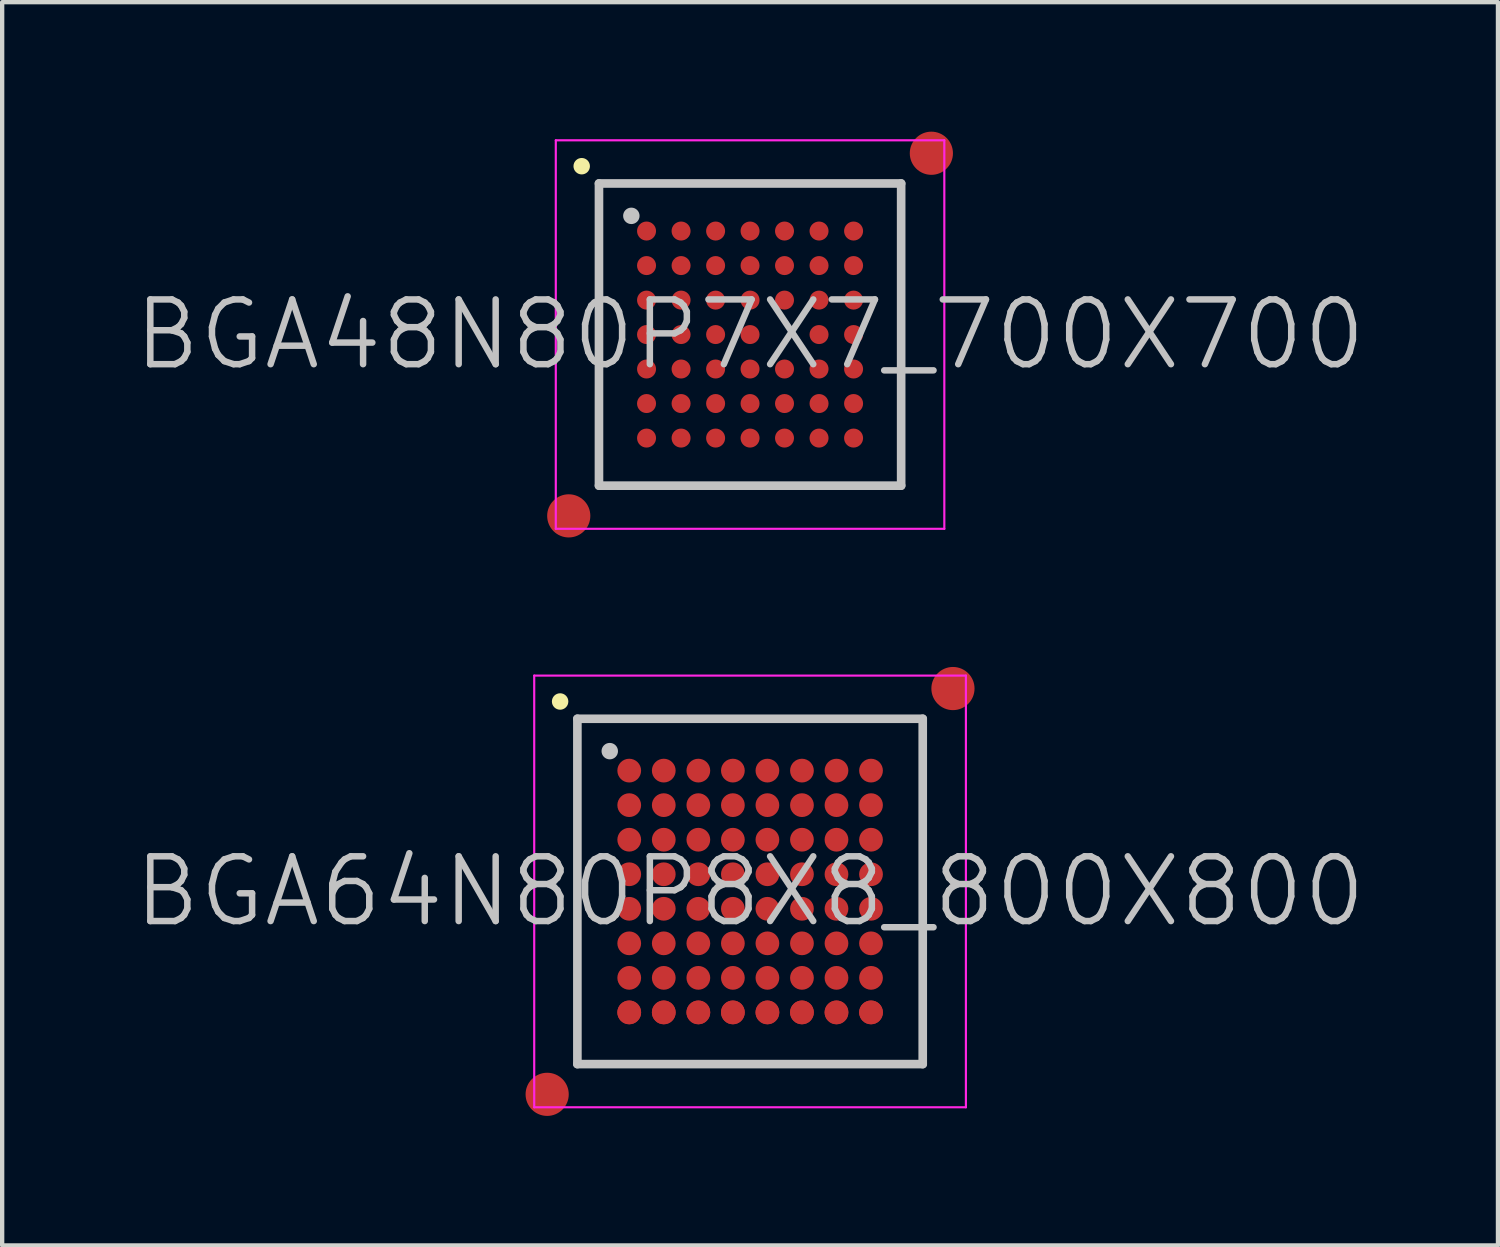
<source format=kicad_pcb>
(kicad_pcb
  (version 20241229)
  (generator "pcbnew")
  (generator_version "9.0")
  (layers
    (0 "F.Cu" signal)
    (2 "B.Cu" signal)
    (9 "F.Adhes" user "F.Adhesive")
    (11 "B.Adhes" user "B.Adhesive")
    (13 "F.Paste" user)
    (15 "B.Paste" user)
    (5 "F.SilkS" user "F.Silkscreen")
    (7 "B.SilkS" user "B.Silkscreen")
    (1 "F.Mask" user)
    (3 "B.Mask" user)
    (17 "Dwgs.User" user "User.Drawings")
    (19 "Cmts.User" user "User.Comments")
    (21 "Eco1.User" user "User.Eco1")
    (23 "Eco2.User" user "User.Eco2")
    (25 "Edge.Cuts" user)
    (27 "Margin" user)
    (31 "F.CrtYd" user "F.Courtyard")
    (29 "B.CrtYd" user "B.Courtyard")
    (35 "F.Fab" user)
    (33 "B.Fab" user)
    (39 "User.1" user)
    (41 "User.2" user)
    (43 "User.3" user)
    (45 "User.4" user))
  (footprint "BGA48N80P7X7_700X700"
    (layer "F.Cu")
    (at 14.325 4.7)
    (property "Reference" "BGA48N80P7X7_700X700" (at 0 0 0) (layer "Dwgs.User") (effects (font (size 1.5 1.5) (thickness 0.15))))
    (attr smd)
    (fp_line (start -3.9 -3.9) (end -3.9 -3.9) (stroke (width 0.381) (type solid)) (layer "F.SilkS"))
    (fp_line (start -3.5 -3.5) (end -3.5 3.5) (stroke (width 0.2) (type solid)) (layer "Dwgs.User"))
    (fp_line (start -3.5 -3.5) (end 3.5 -3.5) (stroke (width 0.2) (type solid)) (layer "Dwgs.User"))
    (fp_line (start -3.5 3.5) (end 3.5 3.5) (stroke (width 0.2) (type solid)) (layer "Dwgs.User"))
    (fp_line (start -2.75 -2.75) (end -2.75 -2.75) (stroke (width 0.381) (type solid)) (layer "Dwgs.User"))
    (fp_line (start 3.5 -3.5) (end 3.5 3.5) (stroke (width 0.2) (type solid)) (layer "Dwgs.User"))
    (fp_line (start -4.5 -4.5) (end -4.5 4.5) (stroke (width 0.05) (type solid)) (layer "F.CrtYd"))
    (fp_line (start -4.5 -4.5) (end 4.5 -4.5) (stroke (width 0.05) (type solid)) (layer "F.CrtYd"))
    (fp_line (start -4.5 4.5) (end 4.5 4.5) (stroke (width 0.05) (type solid)) (layer "F.CrtYd"))
    (fp_line (start 4.5 -4.5) (end 4.5 4.5) (stroke (width 0.05) (type solid)) (layer "F.CrtYd"))
    (pad "" smd circle (at -4.2 4.2) (size 1 1) (layers "F.Cu" "F.Mask"))
    (pad "" smd circle (at 4.2 -4.2) (size 1 1) (layers "F.Cu" "F.Mask"))
    (pad "A1" smd circle (at -2.398 -2.398 270) (size 0.44 0.44) (layers "F.Cu" "F.Mask" "F.Paste"))
    (pad "A2" smd circle (at -1.598 -2.398 270) (size 0.44 0.44) (layers "F.Cu" "F.Mask" "F.Paste"))
    (pad "A3" smd circle (at -0.798 -2.398 270) (size 0.44 0.44) (layers "F.Cu" "F.Mask" "F.Paste"))
    (pad "A4" smd circle (at 0 -2.398 270) (size 0.44 0.44) (layers "F.Cu" "F.Mask" "F.Paste"))
    (pad "A5" smd circle (at 0.798 -2.398 270) (size 0.44 0.44) (layers "F.Cu" "F.Mask" "F.Paste"))
    (pad "A6" smd circle (at 1.598 -2.398 270) (size 0.44 0.44) (layers "F.Cu" "F.Mask" "F.Paste"))
    (pad "A7" smd circle (at 2.398 -2.398 270) (size 0.44 0.44) (layers "F.Cu" "F.Mask" "F.Paste"))
    (pad "B1" smd circle (at -2.398 -1.598 270) (size 0.44 0.44) (layers "F.Cu" "F.Mask" "F.Paste"))
    (pad "B2" smd circle (at -1.598 -1.598 270) (size 0.44 0.44) (layers "F.Cu" "F.Mask" "F.Paste"))
    (pad "B3" smd circle (at -0.798 -1.598 270) (size 0.44 0.44) (layers "F.Cu" "F.Mask" "F.Paste"))
    (pad "B4" smd circle (at 0 -1.598 270) (size 0.44 0.44) (layers "F.Cu" "F.Mask" "F.Paste"))
    (pad "B5" smd circle (at 0.798 -1.598 270) (size 0.44 0.44) (layers "F.Cu" "F.Mask" "F.Paste"))
    (pad "B6" smd circle (at 1.598 -1.598 270) (size 0.44 0.44) (layers "F.Cu" "F.Mask" "F.Paste"))
    (pad "B7" smd circle (at 2.398 -1.598 270) (size 0.44 0.44) (layers "F.Cu" "F.Mask" "F.Paste"))
    (pad "C1" smd circle (at -2.398 -0.798 270) (size 0.44 0.44) (layers "F.Cu" "F.Mask" "F.Paste"))
    (pad "C2" smd circle (at -1.598 -0.798 270) (size 0.44 0.44) (layers "F.Cu" "F.Mask" "F.Paste"))
    (pad "C3" smd circle (at -0.798 -0.798 270) (size 0.44 0.44) (layers "F.Cu" "F.Mask" "F.Paste"))
    (pad "C4" smd circle (at 0 -0.798 270) (size 0.44 0.44) (layers "F.Cu" "F.Mask" "F.Paste"))
    (pad "C5" smd circle (at 0.798 -0.798 270) (size 0.44 0.44) (layers "F.Cu" "F.Mask" "F.Paste"))
    (pad "C6" smd circle (at 1.598 -0.798 270) (size 0.44 0.44) (layers "F.Cu" "F.Mask" "F.Paste"))
    (pad "C7" smd circle (at 2.398 -0.798 270) (size 0.44 0.44) (layers "F.Cu" "F.Mask" "F.Paste"))
    (pad "D1" smd circle (at -2.398 0 270) (size 0.44 0.44) (layers "F.Cu" "F.Mask" "F.Paste"))
    (pad "D2" smd circle (at -1.598 0 270) (size 0.44 0.44) (layers "F.Cu" "F.Mask" "F.Paste"))
    (pad "D3" smd circle (at -0.798 0 270) (size 0.44 0.44) (layers "F.Cu" "F.Mask" "F.Paste"))
    (pad "D4" smd circle (at 0 0 270) (size 0.44 0.44) (layers "F.Cu" "F.Mask" "F.Paste"))
    (pad "D6" smd circle (at 1.598 0 270) (size 0.44 0.44) (layers "F.Cu" "F.Mask" "F.Paste"))
    (pad "D7" smd circle (at 2.398 0 270) (size 0.44 0.44) (layers "F.Cu" "F.Mask" "F.Paste"))
    (pad "E1" smd circle (at -2.398 0.798 270) (size 0.44 0.44) (layers "F.Cu" "F.Mask" "F.Paste"))
    (pad "E2" smd circle (at -1.598 0.798 270) (size 0.44 0.44) (layers "F.Cu" "F.Mask" "F.Paste"))
    (pad "E3" smd circle (at -0.798 0.798 270) (size 0.44 0.44) (layers "F.Cu" "F.Mask" "F.Paste"))
    (pad "E4" smd circle (at 0 0.798 270) (size 0.44 0.44) (layers "F.Cu" "F.Mask" "F.Paste"))
    (pad "E5" smd circle (at 0.798 0.798 270) (size 0.44 0.44) (layers "F.Cu" "F.Mask" "F.Paste"))
    (pad "E6" smd circle (at 1.598 0.798 270) (size 0.44 0.44) (layers "F.Cu" "F.Mask" "F.Paste"))
    (pad "E7" smd circle (at 2.398 0.798 270) (size 0.44 0.44) (layers "F.Cu" "F.Mask" "F.Paste"))
    (pad "F1" smd circle (at -2.398 1.598 270) (size 0.44 0.44) (layers "F.Cu" "F.Mask" "F.Paste"))
    (pad "F2" smd circle (at -1.598 1.598 270) (size 0.44 0.44) (layers "F.Cu" "F.Mask" "F.Paste"))
    (pad "F3" smd circle (at -0.798 1.598 270) (size 0.44 0.44) (layers "F.Cu" "F.Mask" "F.Paste"))
    (pad "F4" smd circle (at 0 1.598 270) (size 0.44 0.44) (layers "F.Cu" "F.Mask" "F.Paste"))
    (pad "F5" smd circle (at 0.798 1.598 270) (size 0.44 0.44) (layers "F.Cu" "F.Mask" "F.Paste"))
    (pad "F6" smd circle (at 1.598 1.598 270) (size 0.44 0.44) (layers "F.Cu" "F.Mask" "F.Paste"))
    (pad "F7" smd circle (at 2.398 1.598 270) (size 0.44 0.44) (layers "F.Cu" "F.Mask" "F.Paste"))
    (pad "G1" smd circle (at -2.398 2.398 270) (size 0.44 0.44) (layers "F.Cu" "F.Mask" "F.Paste"))
    (pad "G2" smd circle (at -1.598 2.398 270) (size 0.44 0.44) (layers "F.Cu" "F.Mask" "F.Paste"))
    (pad "G3" smd circle (at -0.798 2.398 270) (size 0.44 0.44) (layers "F.Cu" "F.Mask" "F.Paste"))
    (pad "G4" smd circle (at 0 2.398 270) (size 0.44 0.44) (layers "F.Cu" "F.Mask" "F.Paste"))
    (pad "G5" smd circle (at 0.798 2.398 270) (size 0.44 0.44) (layers "F.Cu" "F.Mask" "F.Paste"))
    (pad "G6" smd circle (at 1.598 2.398 270) (size 0.44 0.44) (layers "F.Cu" "F.Mask" "F.Paste"))
    (pad "G7" smd circle (at 2.398 2.398 270) (size 0.44 0.44) (layers "F.Cu" "F.Mask" "F.Paste")))
  (footprint "BGA64N80P8X8_800X800"
    (layer "F.Cu")
    (at 14.325 17.6)
    (property "Reference" "BGA64N80P8X8_800X800" (at 0 0 0) (layer "Dwgs.User") (effects (font (size 1.5 1.5) (thickness 0.15))))
    (attr smd)
    (fp_line (start -4.4 -4.4) (end -4.4 -4.4) (stroke (width 0.381) (type solid)) (layer "F.SilkS"))
    (fp_line (start -4 -4) (end -4 4) (stroke (width 0.2) (type solid)) (layer "Dwgs.User"))
    (fp_line (start -4 -4) (end 4 -4) (stroke (width 0.2) (type solid)) (layer "Dwgs.User"))
    (fp_line (start -4 4) (end 4 4) (stroke (width 0.2) (type solid)) (layer "Dwgs.User"))
    (fp_line (start -3.25 -3.25) (end -3.25 -3.25) (stroke (width 0.381) (type solid)) (layer "Dwgs.User"))
    (fp_line (start 4 -4) (end 4 4) (stroke (width 0.2) (type solid)) (layer "Dwgs.User"))
    (fp_line (start -5 -5) (end -5 5) (stroke (width 0.05) (type solid)) (layer "F.CrtYd"))
    (fp_line (start -5 -5) (end 5 -5) (stroke (width 0.05) (type solid)) (layer "F.CrtYd"))
    (fp_line (start -5 5) (end 5 5) (stroke (width 0.05) (type solid)) (layer "F.CrtYd"))
    (fp_line (start 5 -5) (end 5 5) (stroke (width 0.05) (type solid)) (layer "F.CrtYd"))
    (pad "" smd circle (at -4.7 4.7) (size 1 1) (layers "F.Cu" "F.Mask"))
    (pad "" smd circle (at 4.7 -4.7) (size 1 1) (layers "F.Cu" "F.Mask"))
    (pad "A1" smd circle (at -2.799 -2.799) (size 0.55 0.55) (layers "F.Cu" "F.Mask" "F.Paste"))
    (pad "A2" smd circle (at -1.999 -2.799) (size 0.55 0.55) (layers "F.Cu" "F.Mask" "F.Paste"))
    (pad "A3" smd circle (at -1.198 -2.799) (size 0.55 0.55) (layers "F.Cu" "F.Mask" "F.Paste"))
    (pad "A4" smd circle (at -0.398 -2.799) (size 0.55 0.55) (layers "F.Cu" "F.Mask" "F.Paste"))
    (pad "A5" smd circle (at 0.402 -2.799) (size 0.55 0.55) (layers "F.Cu" "F.Mask" "F.Paste"))
    (pad "A6" smd circle (at 1.202 -2.799) (size 0.55 0.55) (layers "F.Cu" "F.Mask" "F.Paste"))
    (pad "A7" smd circle (at 2.002 -2.799) (size 0.55 0.55) (layers "F.Cu" "F.Mask" "F.Paste"))
    (pad "A8" smd circle (at 2.802 -2.799) (size 0.55 0.55) (layers "F.Cu" "F.Mask" "F.Paste"))
    (pad "B1" smd circle (at -2.799 -1.999) (size 0.55 0.55) (layers "F.Cu" "F.Mask" "F.Paste"))
    (pad "B2" smd circle (at -1.999 -1.999) (size 0.55 0.55) (layers "F.Cu" "F.Mask" "F.Paste"))
    (pad "B3" smd circle (at -1.198 -1.999) (size 0.55 0.55) (layers "F.Cu" "F.Mask" "F.Paste"))
    (pad "B4" smd circle (at -0.398 -1.999) (size 0.55 0.55) (layers "F.Cu" "F.Mask" "F.Paste"))
    (pad "B5" smd circle (at 0.402 -1.999) (size 0.55 0.55) (layers "F.Cu" "F.Mask" "F.Paste"))
    (pad "B6" smd circle (at 1.202 -1.999) (size 0.55 0.55) (layers "F.Cu" "F.Mask" "F.Paste"))
    (pad "B7" smd circle (at 2.002 -1.999) (size 0.55 0.55) (layers "F.Cu" "F.Mask" "F.Paste"))
    (pad "B8" smd circle (at 2.802 -1.999) (size 0.55 0.55) (layers "F.Cu" "F.Mask" "F.Paste"))
    (pad "C1" smd circle (at -2.799 -1.198) (size 0.55 0.55) (layers "F.Cu" "F.Mask" "F.Paste"))
    (pad "C2" smd circle (at -1.999 -1.198) (size 0.55 0.55) (layers "F.Cu" "F.Mask" "F.Paste"))
    (pad "C3" smd circle (at -1.198 -1.198) (size 0.55 0.55) (layers "F.Cu" "F.Mask" "F.Paste"))
    (pad "C4" smd circle (at -0.398 -1.198) (size 0.55 0.55) (layers "F.Cu" "F.Mask" "F.Paste"))
    (pad "C5" smd circle (at 0.402 -1.198) (size 0.55 0.55) (layers "F.Cu" "F.Mask" "F.Paste"))
    (pad "C6" smd circle (at 1.202 -1.198) (size 0.55 0.55) (layers "F.Cu" "F.Mask" "F.Paste"))
    (pad "C7" smd circle (at 2.002 -1.198) (size 0.55 0.55) (layers "F.Cu" "F.Mask" "F.Paste"))
    (pad "C8" smd circle (at 2.802 -1.198) (size 0.55 0.55) (layers "F.Cu" "F.Mask" "F.Paste"))
    (pad "D1" smd circle (at -2.799 -0.398) (size 0.55 0.55) (layers "F.Cu" "F.Mask" "F.Paste"))
    (pad "D2" smd circle (at -1.999 -0.398) (size 0.55 0.55) (layers "F.Cu" "F.Mask" "F.Paste"))
    (pad "D3" smd circle (at -1.198 -0.398) (size 0.55 0.55) (layers "F.Cu" "F.Mask" "F.Paste"))
    (pad "D4" smd circle (at -0.398 -0.398) (size 0.55 0.55) (layers "F.Cu" "F.Mask" "F.Paste"))
    (pad "D5" smd circle (at 0.402 -0.398) (size 0.55 0.55) (layers "F.Cu" "F.Mask" "F.Paste"))
    (pad "D6" smd circle (at 1.202 -0.398) (size 0.55 0.55) (layers "F.Cu" "F.Mask" "F.Paste"))
    (pad "D7" smd circle (at 2.002 -0.398) (size 0.55 0.55) (layers "F.Cu" "F.Mask" "F.Paste"))
    (pad "D8" smd circle (at 2.802 -0.398) (size 0.55 0.55) (layers "F.Cu" "F.Mask" "F.Paste"))
    (pad "E1" smd circle (at -2.799 0.402) (size 0.55 0.55) (layers "F.Cu" "F.Mask" "F.Paste"))
    (pad "E2" smd circle (at -1.999 0.402) (size 0.55 0.55) (layers "F.Cu" "F.Mask" "F.Paste"))
    (pad "E3" smd circle (at -1.198 0.402) (size 0.55 0.55) (layers "F.Cu" "F.Mask" "F.Paste"))
    (pad "E4" smd circle (at -0.398 0.402) (size 0.55 0.55) (layers "F.Cu" "F.Mask" "F.Paste"))
    (pad "E5" smd circle (at 0.402 0.402) (size 0.55 0.55) (layers "F.Cu" "F.Mask" "F.Paste"))
    (pad "E6" smd circle (at 1.202 0.402) (size 0.55 0.55) (layers "F.Cu" "F.Mask" "F.Paste"))
    (pad "E7" smd circle (at 2.002 0.402) (size 0.55 0.55) (layers "F.Cu" "F.Mask" "F.Paste"))
    (pad "E8" smd circle (at 2.802 0.402) (size 0.55 0.55) (layers "F.Cu" "F.Mask" "F.Paste"))
    (pad "F1" smd circle (at -2.799 1.202) (size 0.55 0.55) (layers "F.Cu" "F.Mask" "F.Paste"))
    (pad "F2" smd circle (at -1.999 1.202) (size 0.55 0.55) (layers "F.Cu" "F.Mask" "F.Paste"))
    (pad "F3" smd circle (at -1.198 1.202) (size 0.55 0.55) (layers "F.Cu" "F.Mask" "F.Paste"))
    (pad "F4" smd circle (at -0.398 1.202) (size 0.55 0.55) (layers "F.Cu" "F.Mask" "F.Paste"))
    (pad "F5" smd circle (at 0.402 1.202) (size 0.55 0.55) (layers "F.Cu" "F.Mask" "F.Paste"))
    (pad "F6" smd circle (at 1.202 1.202) (size 0.55 0.55) (layers "F.Cu" "F.Mask" "F.Paste"))
    (pad "F7" smd circle (at 2.002 1.202) (size 0.55 0.55) (layers "F.Cu" "F.Mask" "F.Paste"))
    (pad "F8" smd circle (at 2.802 1.202) (size 0.55 0.55) (layers "F.Cu" "F.Mask" "F.Paste"))
    (pad "G1" smd circle (at -2.799 2.002) (size 0.55 0.55) (layers "F.Cu" "F.Mask" "F.Paste"))
    (pad "G2" smd circle (at -1.999 2.002) (size 0.55 0.55) (layers "F.Cu" "F.Mask" "F.Paste"))
    (pad "G3" smd circle (at -1.198 2.002) (size 0.55 0.55) (layers "F.Cu" "F.Mask" "F.Paste"))
    (pad "G4" smd circle (at -0.398 2.002) (size 0.55 0.55) (layers "F.Cu" "F.Mask" "F.Paste"))
    (pad "G5" smd circle (at 0.402 2.002) (size 0.55 0.55) (layers "F.Cu" "F.Mask" "F.Paste"))
    (pad "G6" smd circle (at 1.202 2.002) (size 0.55 0.55) (layers "F.Cu" "F.Mask" "F.Paste"))
    (pad "G7" smd circle (at 2.002 2.002) (size 0.55 0.55) (layers "F.Cu" "F.Mask" "F.Paste"))
    (pad "G8" smd circle (at 2.802 2.002) (size 0.55 0.55) (layers "F.Cu" "F.Mask" "F.Paste"))
    (pad "H1" smd circle (at -2.799 2.802) (size 0.55 0.55) (layers "F.Cu" "F.Mask" "F.Paste"))
    (pad "H2" smd circle (at -1.999 2.802) (size 0.55 0.55) (layers "F.Cu" "F.Mask" "F.Paste"))
    (pad "H3" smd circle (at -1.198 2.802) (size 0.55 0.55) (layers "F.Cu" "F.Mask" "F.Paste"))
    (pad "H4" smd circle (at -0.398 2.802) (size 0.55 0.55) (layers "F.Cu" "F.Mask" "F.Paste"))
    (pad "H5" smd circle (at 0.402 2.802) (size 0.55 0.55) (layers "F.Cu" "F.Mask" "F.Paste"))
    (pad "H6" smd circle (at 1.202 2.802) (size 0.55 0.55) (layers "F.Cu" "F.Mask" "F.Paste"))
    (pad "H7" smd circle (at 2.002 2.802) (size 0.55 0.55) (layers "F.Cu" "F.Mask" "F.Paste"))
    (pad "H8" smd circle (at 2.802 2.802) (size 0.55 0.55) (layers "F.Cu" "F.Mask" "F.Paste"))
    (pad "K1" smd circle (at -2.799 2.802) (size 0.55 0.55) (layers "F.Cu" "F.Mask" "F.Paste"))
    (pad "K2" smd circle (at -1.999 2.802) (size 0.55 0.55) (layers "F.Cu" "F.Mask" "F.Paste"))
    (pad "K3" smd circle (at -1.198 2.802) (size 0.55 0.55) (layers "F.Cu" "F.Mask" "F.Paste"))
    (pad "K4" smd circle (at -0.398 2.802) (size 0.55 0.55) (layers "F.Cu" "F.Mask" "F.Paste"))
    (pad "K5" smd circle (at 0.402 2.802) (size 0.55 0.55) (layers "F.Cu" "F.Mask" "F.Paste"))
    (pad "K6" smd circle (at 1.202 2.802) (size 0.55 0.55) (layers "F.Cu" "F.Mask" "F.Paste"))
    (pad "K7" smd circle (at 2.002 2.802) (size 0.55 0.55) (layers "F.Cu" "F.Mask" "F.Paste"))
    (pad "K8" smd circle (at 2.802 2.802) (size 0.55 0.55) (layers "F.Cu" "F.Mask" "F.Paste")))
  (gr_rect
    (start -3 -3)
    (end 31.65 25.8)
    (stroke (width 0.1) (type default))
    (fill no)
    (layer "Edge.Cuts")))
</source>
